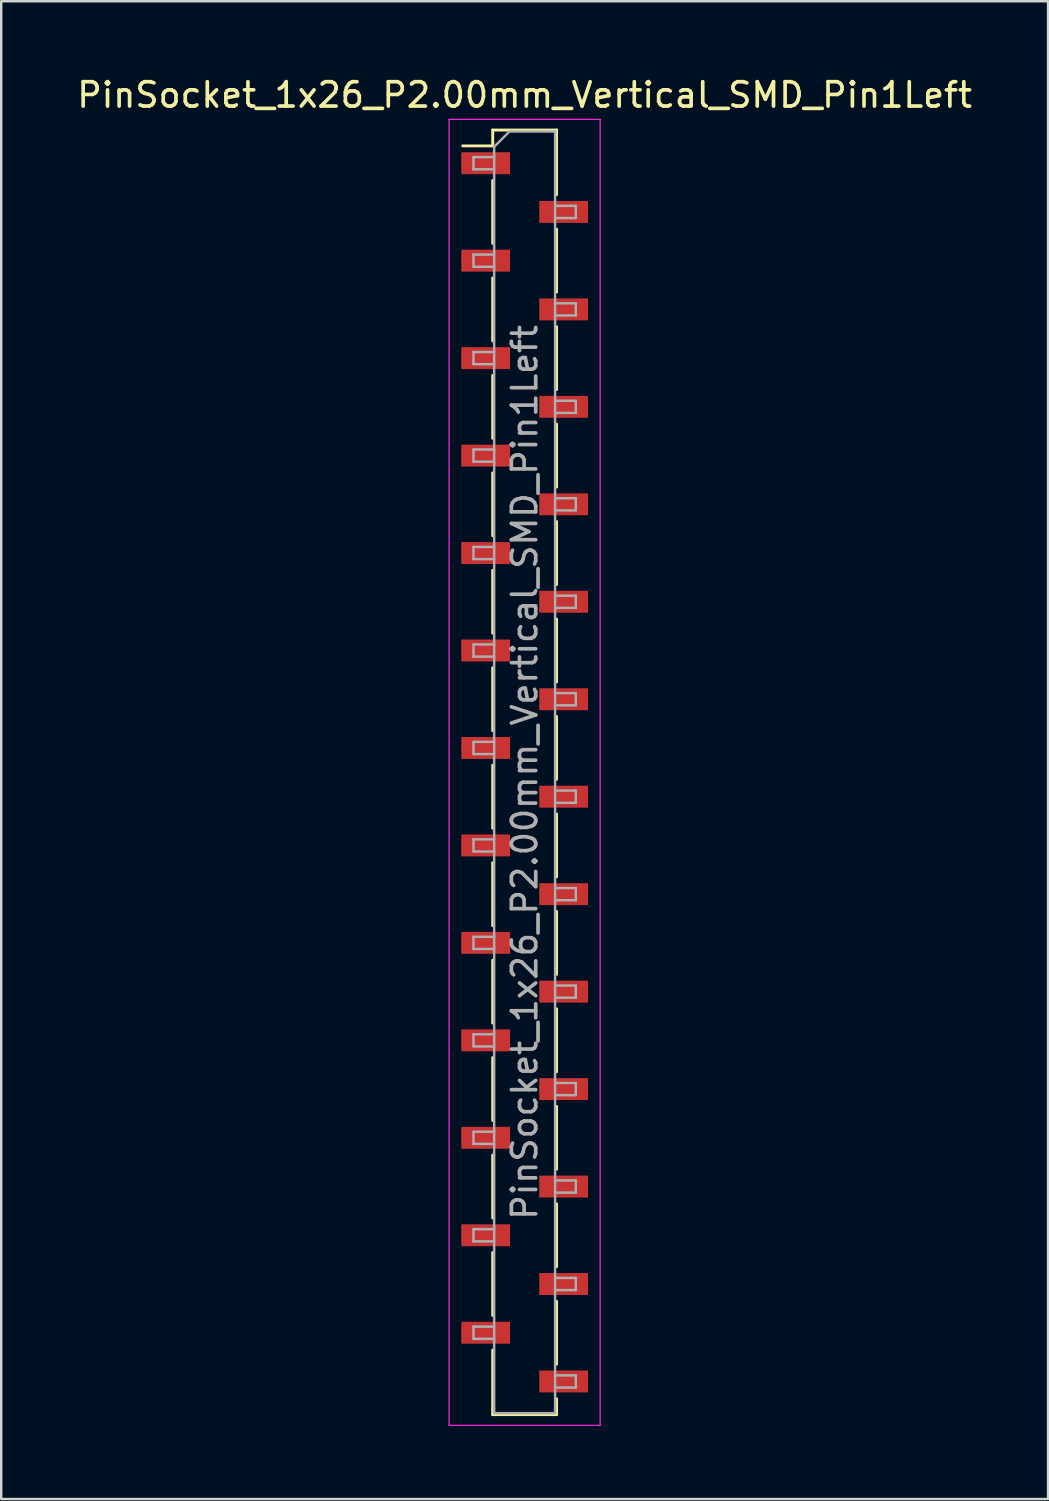
<source format=kicad_pcb>
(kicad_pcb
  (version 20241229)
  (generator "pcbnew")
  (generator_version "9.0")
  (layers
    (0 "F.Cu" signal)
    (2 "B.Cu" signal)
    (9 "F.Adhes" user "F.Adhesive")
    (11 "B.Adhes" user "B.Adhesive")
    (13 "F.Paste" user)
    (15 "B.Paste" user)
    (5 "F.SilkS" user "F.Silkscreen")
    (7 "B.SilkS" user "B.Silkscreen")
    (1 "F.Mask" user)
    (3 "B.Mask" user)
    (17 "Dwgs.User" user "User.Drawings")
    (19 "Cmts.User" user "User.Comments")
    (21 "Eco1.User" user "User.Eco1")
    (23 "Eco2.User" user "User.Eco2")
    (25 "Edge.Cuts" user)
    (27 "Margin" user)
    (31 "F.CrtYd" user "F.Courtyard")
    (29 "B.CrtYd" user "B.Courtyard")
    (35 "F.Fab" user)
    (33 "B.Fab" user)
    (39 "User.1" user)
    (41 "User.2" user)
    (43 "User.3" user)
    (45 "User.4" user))
  (footprint "PinSocket_1x26_P2.00mm_Vertical_SMD_Pin1Left"
    (layer "F.Cu")
    (at 18.482 28.648)
    (property "Reference" "PinSocket_1x26_P2.00mm_Vertical_SMD_Pin1Left" (at 0 -27.8 0) (layer "F.SilkS") (effects (font (size 1 1) (thickness 0.15))))
    (attr smd)
    (fp_line (start -2.54 -25.71) (end -1.31 -25.71) (stroke (width 0.12) (type solid)) (layer "F.SilkS"))
    (fp_line (start -1.31 -26.36) (end -1.31 -25.71) (stroke (width 0.12) (type solid)) (layer "F.SilkS"))
    (fp_line (start -1.31 -26.36) (end 1.31 -26.36) (stroke (width 0.12) (type solid)) (layer "F.SilkS"))
    (fp_line (start -1.31 -24.29) (end -1.31 -21.71) (stroke (width 0.12) (type solid)) (layer "F.SilkS"))
    (fp_line (start -1.31 -20.29) (end -1.31 -17.71) (stroke (width 0.12) (type solid)) (layer "F.SilkS"))
    (fp_line (start -1.31 -16.29) (end -1.31 -13.71) (stroke (width 0.12) (type solid)) (layer "F.SilkS"))
    (fp_line (start -1.31 -12.29) (end -1.31 -9.71) (stroke (width 0.12) (type solid)) (layer "F.SilkS"))
    (fp_line (start -1.31 -8.29) (end -1.31 -5.71) (stroke (width 0.12) (type solid)) (layer "F.SilkS"))
    (fp_line (start -1.31 -4.29) (end -1.31 -1.71) (stroke (width 0.12) (type solid)) (layer "F.SilkS"))
    (fp_line (start -1.31 -0.29) (end -1.31 2.29) (stroke (width 0.12) (type solid)) (layer "F.SilkS"))
    (fp_line (start -1.31 3.71) (end -1.31 6.29) (stroke (width 0.12) (type solid)) (layer "F.SilkS"))
    (fp_line (start -1.31 7.71) (end -1.31 10.29) (stroke (width 0.12) (type solid)) (layer "F.SilkS"))
    (fp_line (start -1.31 11.71) (end -1.31 14.29) (stroke (width 0.12) (type solid)) (layer "F.SilkS"))
    (fp_line (start -1.31 15.71) (end -1.31 18.29) (stroke (width 0.12) (type solid)) (layer "F.SilkS"))
    (fp_line (start -1.31 19.71) (end -1.31 22.29) (stroke (width 0.12) (type solid)) (layer "F.SilkS"))
    (fp_line (start -1.31 23.71) (end -1.31 26.36) (stroke (width 0.12) (type solid)) (layer "F.SilkS"))
    (fp_line (start -1.31 26.36) (end 1.31 26.36) (stroke (width 0.12) (type solid)) (layer "F.SilkS"))
    (fp_line (start 1.31 -26.36) (end 1.31 -23.71) (stroke (width 0.12) (type solid)) (layer "F.SilkS"))
    (fp_line (start 1.31 -22.29) (end 1.31 -19.71) (stroke (width 0.12) (type solid)) (layer "F.SilkS"))
    (fp_line (start 1.31 -18.29) (end 1.31 -15.71) (stroke (width 0.12) (type solid)) (layer "F.SilkS"))
    (fp_line (start 1.31 -14.29) (end 1.31 -11.71) (stroke (width 0.12) (type solid)) (layer "F.SilkS"))
    (fp_line (start 1.31 -10.29) (end 1.31 -7.71) (stroke (width 0.12) (type solid)) (layer "F.SilkS"))
    (fp_line (start 1.31 -6.29) (end 1.31 -3.71) (stroke (width 0.12) (type solid)) (layer "F.SilkS"))
    (fp_line (start 1.31 -2.29) (end 1.31 0.29) (stroke (width 0.12) (type solid)) (layer "F.SilkS"))
    (fp_line (start 1.31 1.71) (end 1.31 4.29) (stroke (width 0.12) (type solid)) (layer "F.SilkS"))
    (fp_line (start 1.31 5.71) (end 1.31 8.29) (stroke (width 0.12) (type solid)) (layer "F.SilkS"))
    (fp_line (start 1.31 9.71) (end 1.31 12.29) (stroke (width 0.12) (type solid)) (layer "F.SilkS"))
    (fp_line (start 1.31 13.71) (end 1.31 16.29) (stroke (width 0.12) (type solid)) (layer "F.SilkS"))
    (fp_line (start 1.31 17.71) (end 1.31 20.29) (stroke (width 0.12) (type solid)) (layer "F.SilkS"))
    (fp_line (start 1.31 21.71) (end 1.31 24.29) (stroke (width 0.12) (type solid)) (layer "F.SilkS"))
    (fp_line (start 1.31 25.71) (end 1.31 26.36) (stroke (width 0.12) (type solid)) (layer "F.SilkS"))
    (fp_line (start -3.1 -26.8) (end 3.1 -26.8) (stroke (width 0.05) (type solid)) (layer "F.CrtYd"))
    (fp_line (start -3.1 26.8) (end -3.1 -26.8) (stroke (width 0.05) (type solid)) (layer "F.CrtYd"))
    (fp_line (start 3.1 -26.8) (end 3.1 26.8) (stroke (width 0.05) (type solid)) (layer "F.CrtYd"))
    (fp_line (start 3.1 26.8) (end -3.1 26.8) (stroke (width 0.05) (type solid)) (layer "F.CrtYd"))
    (fp_line (start -2.1 -25.25) (end -1.25 -25.25) (stroke (width 0.1) (type solid)) (layer "F.Fab"))
    (fp_line (start -2.1 -24.75) (end -2.1 -25.25) (stroke (width 0.1) (type solid)) (layer "F.Fab"))
    (fp_line (start -2.1 -21.25) (end -1.25 -21.25) (stroke (width 0.1) (type solid)) (layer "F.Fab"))
    (fp_line (start -2.1 -20.75) (end -2.1 -21.25) (stroke (width 0.1) (type solid)) (layer "F.Fab"))
    (fp_line (start -2.1 -17.25) (end -1.25 -17.25) (stroke (width 0.1) (type solid)) (layer "F.Fab"))
    (fp_line (start -2.1 -16.75) (end -2.1 -17.25) (stroke (width 0.1) (type solid)) (layer "F.Fab"))
    (fp_line (start -2.1 -13.25) (end -1.25 -13.25) (stroke (width 0.1) (type solid)) (layer "F.Fab"))
    (fp_line (start -2.1 -12.75) (end -2.1 -13.25) (stroke (width 0.1) (type solid)) (layer "F.Fab"))
    (fp_line (start -2.1 -9.25) (end -1.25 -9.25) (stroke (width 0.1) (type solid)) (layer "F.Fab"))
    (fp_line (start -2.1 -8.75) (end -2.1 -9.25) (stroke (width 0.1) (type solid)) (layer "F.Fab"))
    (fp_line (start -2.1 -5.25) (end -1.25 -5.25) (stroke (width 0.1) (type solid)) (layer "F.Fab"))
    (fp_line (start -2.1 -4.75) (end -2.1 -5.25) (stroke (width 0.1) (type solid)) (layer "F.Fab"))
    (fp_line (start -2.1 -1.25) (end -1.25 -1.25) (stroke (width 0.1) (type solid)) (layer "F.Fab"))
    (fp_line (start -2.1 -0.75) (end -2.1 -1.25) (stroke (width 0.1) (type solid)) (layer "F.Fab"))
    (fp_line (start -2.1 2.75) (end -1.25 2.75) (stroke (width 0.1) (type solid)) (layer "F.Fab"))
    (fp_line (start -2.1 3.25) (end -2.1 2.75) (stroke (width 0.1) (type solid)) (layer "F.Fab"))
    (fp_line (start -2.1 6.75) (end -1.25 6.75) (stroke (width 0.1) (type solid)) (layer "F.Fab"))
    (fp_line (start -2.1 7.25) (end -2.1 6.75) (stroke (width 0.1) (type solid)) (layer "F.Fab"))
    (fp_line (start -2.1 10.75) (end -1.25 10.75) (stroke (width 0.1) (type solid)) (layer "F.Fab"))
    (fp_line (start -2.1 11.25) (end -2.1 10.75) (stroke (width 0.1) (type solid)) (layer "F.Fab"))
    (fp_line (start -2.1 14.75) (end -1.25 14.75) (stroke (width 0.1) (type solid)) (layer "F.Fab"))
    (fp_line (start -2.1 15.25) (end -2.1 14.75) (stroke (width 0.1) (type solid)) (layer "F.Fab"))
    (fp_line (start -2.1 18.75) (end -1.25 18.75) (stroke (width 0.1) (type solid)) (layer "F.Fab"))
    (fp_line (start -2.1 19.25) (end -2.1 18.75) (stroke (width 0.1) (type solid)) (layer "F.Fab"))
    (fp_line (start -2.1 22.75) (end -1.25 22.75) (stroke (width 0.1) (type solid)) (layer "F.Fab"))
    (fp_line (start -2.1 23.25) (end -2.1 22.75) (stroke (width 0.1) (type solid)) (layer "F.Fab"))
    (fp_line (start -1.25 -25.675) (end -0.625 -26.3) (stroke (width 0.1) (type solid)) (layer "F.Fab"))
    (fp_line (start -1.25 -24.75) (end -2.1 -24.75) (stroke (width 0.1) (type solid)) (layer "F.Fab"))
    (fp_line (start -1.25 -20.75) (end -2.1 -20.75) (stroke (width 0.1) (type solid)) (layer "F.Fab"))
    (fp_line (start -1.25 -16.75) (end -2.1 -16.75) (stroke (width 0.1) (type solid)) (layer "F.Fab"))
    (fp_line (start -1.25 -12.75) (end -2.1 -12.75) (stroke (width 0.1) (type solid)) (layer "F.Fab"))
    (fp_line (start -1.25 -8.75) (end -2.1 -8.75) (stroke (width 0.1) (type solid)) (layer "F.Fab"))
    (fp_line (start -1.25 -4.75) (end -2.1 -4.75) (stroke (width 0.1) (type solid)) (layer "F.Fab"))
    (fp_line (start -1.25 -0.75) (end -2.1 -0.75) (stroke (width 0.1) (type solid)) (layer "F.Fab"))
    (fp_line (start -1.25 3.25) (end -2.1 3.25) (stroke (width 0.1) (type solid)) (layer "F.Fab"))
    (fp_line (start -1.25 7.25) (end -2.1 7.25) (stroke (width 0.1) (type solid)) (layer "F.Fab"))
    (fp_line (start -1.25 11.25) (end -2.1 11.25) (stroke (width 0.1) (type solid)) (layer "F.Fab"))
    (fp_line (start -1.25 15.25) (end -2.1 15.25) (stroke (width 0.1) (type solid)) (layer "F.Fab"))
    (fp_line (start -1.25 19.25) (end -2.1 19.25) (stroke (width 0.1) (type solid)) (layer "F.Fab"))
    (fp_line (start -1.25 23.25) (end -2.1 23.25) (stroke (width 0.1) (type solid)) (layer "F.Fab"))
    (fp_line (start -1.25 26.3) (end -1.25 -25.675) (stroke (width 0.1) (type solid)) (layer "F.Fab"))
    (fp_line (start -0.625 -26.3) (end 1.25 -26.3) (stroke (width 0.1) (type solid)) (layer "F.Fab"))
    (fp_line (start 1.25 -26.3) (end 1.25 26.3) (stroke (width 0.1) (type solid)) (layer "F.Fab"))
    (fp_line (start 1.25 -23.25) (end 2.1 -23.25) (stroke (width 0.1) (type solid)) (layer "F.Fab"))
    (fp_line (start 1.25 -19.25) (end 2.1 -19.25) (stroke (width 0.1) (type solid)) (layer "F.Fab"))
    (fp_line (start 1.25 -15.25) (end 2.1 -15.25) (stroke (width 0.1) (type solid)) (layer "F.Fab"))
    (fp_line (start 1.25 -11.25) (end 2.1 -11.25) (stroke (width 0.1) (type solid)) (layer "F.Fab"))
    (fp_line (start 1.25 -7.25) (end 2.1 -7.25) (stroke (width 0.1) (type solid)) (layer "F.Fab"))
    (fp_line (start 1.25 -3.25) (end 2.1 -3.25) (stroke (width 0.1) (type solid)) (layer "F.Fab"))
    (fp_line (start 1.25 0.75) (end 2.1 0.75) (stroke (width 0.1) (type solid)) (layer "F.Fab"))
    (fp_line (start 1.25 4.75) (end 2.1 4.75) (stroke (width 0.1) (type solid)) (layer "F.Fab"))
    (fp_line (start 1.25 8.75) (end 2.1 8.75) (stroke (width 0.1) (type solid)) (layer "F.Fab"))
    (fp_line (start 1.25 12.75) (end 2.1 12.75) (stroke (width 0.1) (type solid)) (layer "F.Fab"))
    (fp_line (start 1.25 16.75) (end 2.1 16.75) (stroke (width 0.1) (type solid)) (layer "F.Fab"))
    (fp_line (start 1.25 20.75) (end 2.1 20.75) (stroke (width 0.1) (type solid)) (layer "F.Fab"))
    (fp_line (start 1.25 24.75) (end 2.1 24.75) (stroke (width 0.1) (type solid)) (layer "F.Fab"))
    (fp_line (start 1.25 26.3) (end -1.25 26.3) (stroke (width 0.1) (type solid)) (layer "F.Fab"))
    (fp_line (start 2.1 -23.25) (end 2.1 -22.75) (stroke (width 0.1) (type solid)) (layer "F.Fab"))
    (fp_line (start 2.1 -22.75) (end 1.25 -22.75) (stroke (width 0.1) (type solid)) (layer "F.Fab"))
    (fp_line (start 2.1 -19.25) (end 2.1 -18.75) (stroke (width 0.1) (type solid)) (layer "F.Fab"))
    (fp_line (start 2.1 -18.75) (end 1.25 -18.75) (stroke (width 0.1) (type solid)) (layer "F.Fab"))
    (fp_line (start 2.1 -15.25) (end 2.1 -14.75) (stroke (width 0.1) (type solid)) (layer "F.Fab"))
    (fp_line (start 2.1 -14.75) (end 1.25 -14.75) (stroke (width 0.1) (type solid)) (layer "F.Fab"))
    (fp_line (start 2.1 -11.25) (end 2.1 -10.75) (stroke (width 0.1) (type solid)) (layer "F.Fab"))
    (fp_line (start 2.1 -10.75) (end 1.25 -10.75) (stroke (width 0.1) (type solid)) (layer "F.Fab"))
    (fp_line (start 2.1 -7.25) (end 2.1 -6.75) (stroke (width 0.1) (type solid)) (layer "F.Fab"))
    (fp_line (start 2.1 -6.75) (end 1.25 -6.75) (stroke (width 0.1) (type solid)) (layer "F.Fab"))
    (fp_line (start 2.1 -3.25) (end 2.1 -2.75) (stroke (width 0.1) (type solid)) (layer "F.Fab"))
    (fp_line (start 2.1 -2.75) (end 1.25 -2.75) (stroke (width 0.1) (type solid)) (layer "F.Fab"))
    (fp_line (start 2.1 0.75) (end 2.1 1.25) (stroke (width 0.1) (type solid)) (layer "F.Fab"))
    (fp_line (start 2.1 1.25) (end 1.25 1.25) (stroke (width 0.1) (type solid)) (layer "F.Fab"))
    (fp_line (start 2.1 4.75) (end 2.1 5.25) (stroke (width 0.1) (type solid)) (layer "F.Fab"))
    (fp_line (start 2.1 5.25) (end 1.25 5.25) (stroke (width 0.1) (type solid)) (layer "F.Fab"))
    (fp_line (start 2.1 8.75) (end 2.1 9.25) (stroke (width 0.1) (type solid)) (layer "F.Fab"))
    (fp_line (start 2.1 9.25) (end 1.25 9.25) (stroke (width 0.1) (type solid)) (layer "F.Fab"))
    (fp_line (start 2.1 12.75) (end 2.1 13.25) (stroke (width 0.1) (type solid)) (layer "F.Fab"))
    (fp_line (start 2.1 13.25) (end 1.25 13.25) (stroke (width 0.1) (type solid)) (layer "F.Fab"))
    (fp_line (start 2.1 16.75) (end 2.1 17.25) (stroke (width 0.1) (type solid)) (layer "F.Fab"))
    (fp_line (start 2.1 17.25) (end 1.25 17.25) (stroke (width 0.1) (type solid)) (layer "F.Fab"))
    (fp_line (start 2.1 20.75) (end 2.1 21.25) (stroke (width 0.1) (type solid)) (layer "F.Fab"))
    (fp_line (start 2.1 21.25) (end 1.25 21.25) (stroke (width 0.1) (type solid)) (layer "F.Fab"))
    (fp_line (start 2.1 24.75) (end 2.1 25.25) (stroke (width 0.1) (type solid)) (layer "F.Fab"))
    (fp_line (start 2.1 25.25) (end 1.25 25.25) (stroke (width 0.1) (type solid)) (layer "F.Fab"))
    (fp_text user "${REFERENCE}" (at 0 0 90) (layer "F.Fab") (effects (font (size 1 1) (thickness 0.15))))
    (pad "1" smd rect (at -1.6 -25) (size 2 0.9) (layers "F.Cu" "F.Mask" "F.Paste"))
    (pad "2" smd rect (at 1.6 -23) (size 2 0.9) (layers "F.Cu" "F.Mask" "F.Paste"))
    (pad "3" smd rect (at -1.6 -21) (size 2 0.9) (layers "F.Cu" "F.Mask" "F.Paste"))
    (pad "4" smd rect (at 1.6 -19) (size 2 0.9) (layers "F.Cu" "F.Mask" "F.Paste"))
    (pad "5" smd rect (at -1.6 -17) (size 2 0.9) (layers "F.Cu" "F.Mask" "F.Paste"))
    (pad "6" smd rect (at 1.6 -15) (size 2 0.9) (layers "F.Cu" "F.Mask" "F.Paste"))
    (pad "7" smd rect (at -1.6 -13) (size 2 0.9) (layers "F.Cu" "F.Mask" "F.Paste"))
    (pad "8" smd rect (at 1.6 -11) (size 2 0.9) (layers "F.Cu" "F.Mask" "F.Paste"))
    (pad "9" smd rect (at -1.6 -9) (size 2 0.9) (layers "F.Cu" "F.Mask" "F.Paste"))
    (pad "10" smd rect (at 1.6 -7) (size 2 0.9) (layers "F.Cu" "F.Mask" "F.Paste"))
    (pad "11" smd rect (at -1.6 -5) (size 2 0.9) (layers "F.Cu" "F.Mask" "F.Paste"))
    (pad "12" smd rect (at 1.6 -3) (size 2 0.9) (layers "F.Cu" "F.Mask" "F.Paste"))
    (pad "13" smd rect (at -1.6 -1) (size 2 0.9) (layers "F.Cu" "F.Mask" "F.Paste"))
    (pad "14" smd rect (at 1.6 1) (size 2 0.9) (layers "F.Cu" "F.Mask" "F.Paste"))
    (pad "15" smd rect (at -1.6 3) (size 2 0.9) (layers "F.Cu" "F.Mask" "F.Paste"))
    (pad "16" smd rect (at 1.6 5) (size 2 0.9) (layers "F.Cu" "F.Mask" "F.Paste"))
    (pad "17" smd rect (at -1.6 7) (size 2 0.9) (layers "F.Cu" "F.Mask" "F.Paste"))
    (pad "18" smd rect (at 1.6 9) (size 2 0.9) (layers "F.Cu" "F.Mask" "F.Paste"))
    (pad "19" smd rect (at -1.6 11) (size 2 0.9) (layers "F.Cu" "F.Mask" "F.Paste"))
    (pad "20" smd rect (at 1.6 13) (size 2 0.9) (layers "F.Cu" "F.Mask" "F.Paste"))
    (pad "21" smd rect (at -1.6 15) (size 2 0.9) (layers "F.Cu" "F.Mask" "F.Paste"))
    (pad "22" smd rect (at 1.6 17) (size 2 0.9) (layers "F.Cu" "F.Mask" "F.Paste"))
    (pad "23" smd rect (at -1.6 19) (size 2 0.9) (layers "F.Cu" "F.Mask" "F.Paste"))
    (pad "24" smd rect (at 1.6 21) (size 2 0.9) (layers "F.Cu" "F.Mask" "F.Paste"))
    (pad "25" smd rect (at -1.6 23) (size 2 0.9) (layers "F.Cu" "F.Mask" "F.Paste"))
    (pad "26" smd rect (at 1.6 25) (size 2 0.9) (layers "F.Cu" "F.Mask" "F.Paste")))
  (gr_rect
    (start -3 -3)
    (end 39.964 58.473)
    (stroke (width 0.1) (type default))
    (fill no)
    (layer "Edge.Cuts")))
</source>
